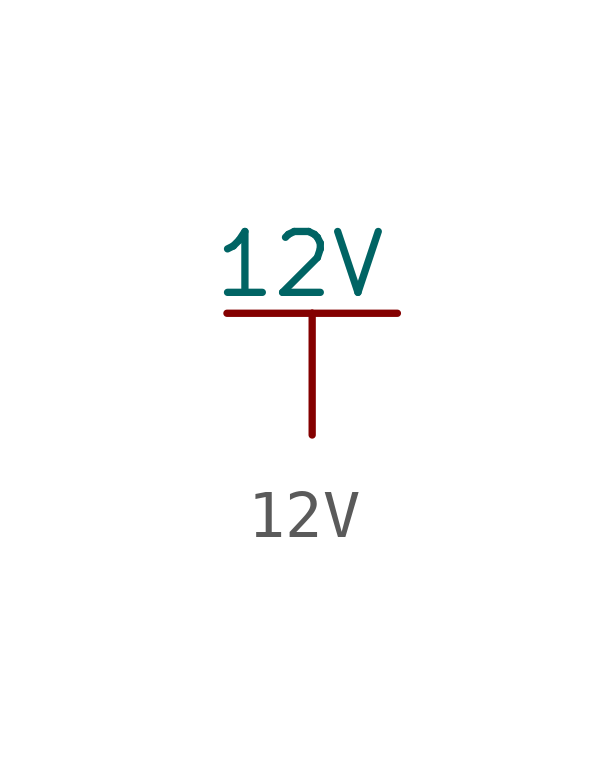
<source format=kicad_sym>
(kicad_symbol_lib
  (version 20220914)
  (generator kicad_symbol_editor)
  (symbol "12V"
    (power)
    (pin_numbers hide)
    (pin_names
      (offset 0) hide)
    (property "Reference" "#PWR"
      (at 0 -3.81 0)
      (effects (font (size 1.27 1.27)) hide))
    (property "Value" "12V"
      (at -0.254 3.556 0)
      (effects (font (size 1.27 1.27))))
    (property "Footprint" ""
      (at 0 0 0)
      (effects (font (size 1.524 1.524))))
    (property "Datasheet" ""
      (at 0 0 0)
      (effects (font (size 1.524 1.524))))
    (symbol "12V_0_1"
      (polyline (pts (xy -1.778 2.54) (xy 0 2.54)) (stroke (width 0) (type default)) (fill (type none)))
      (polyline (pts (xy 0 0) (xy 0 2.54)) (stroke (width 0) (type default)) (fill (type none)))
      (polyline (pts (xy 0 2.54) (xy 1.778 2.54)) (stroke (width 0) (type default)) (fill (type none))))
    (symbol "12V_1_1"
      (pin power_in line (at 0 0 90) (length 0) hide (name "12V" (effects (font (size 1.27 1.27)))) (number "1" (effects (font (size 1.27 1.27))))))))
</source>
